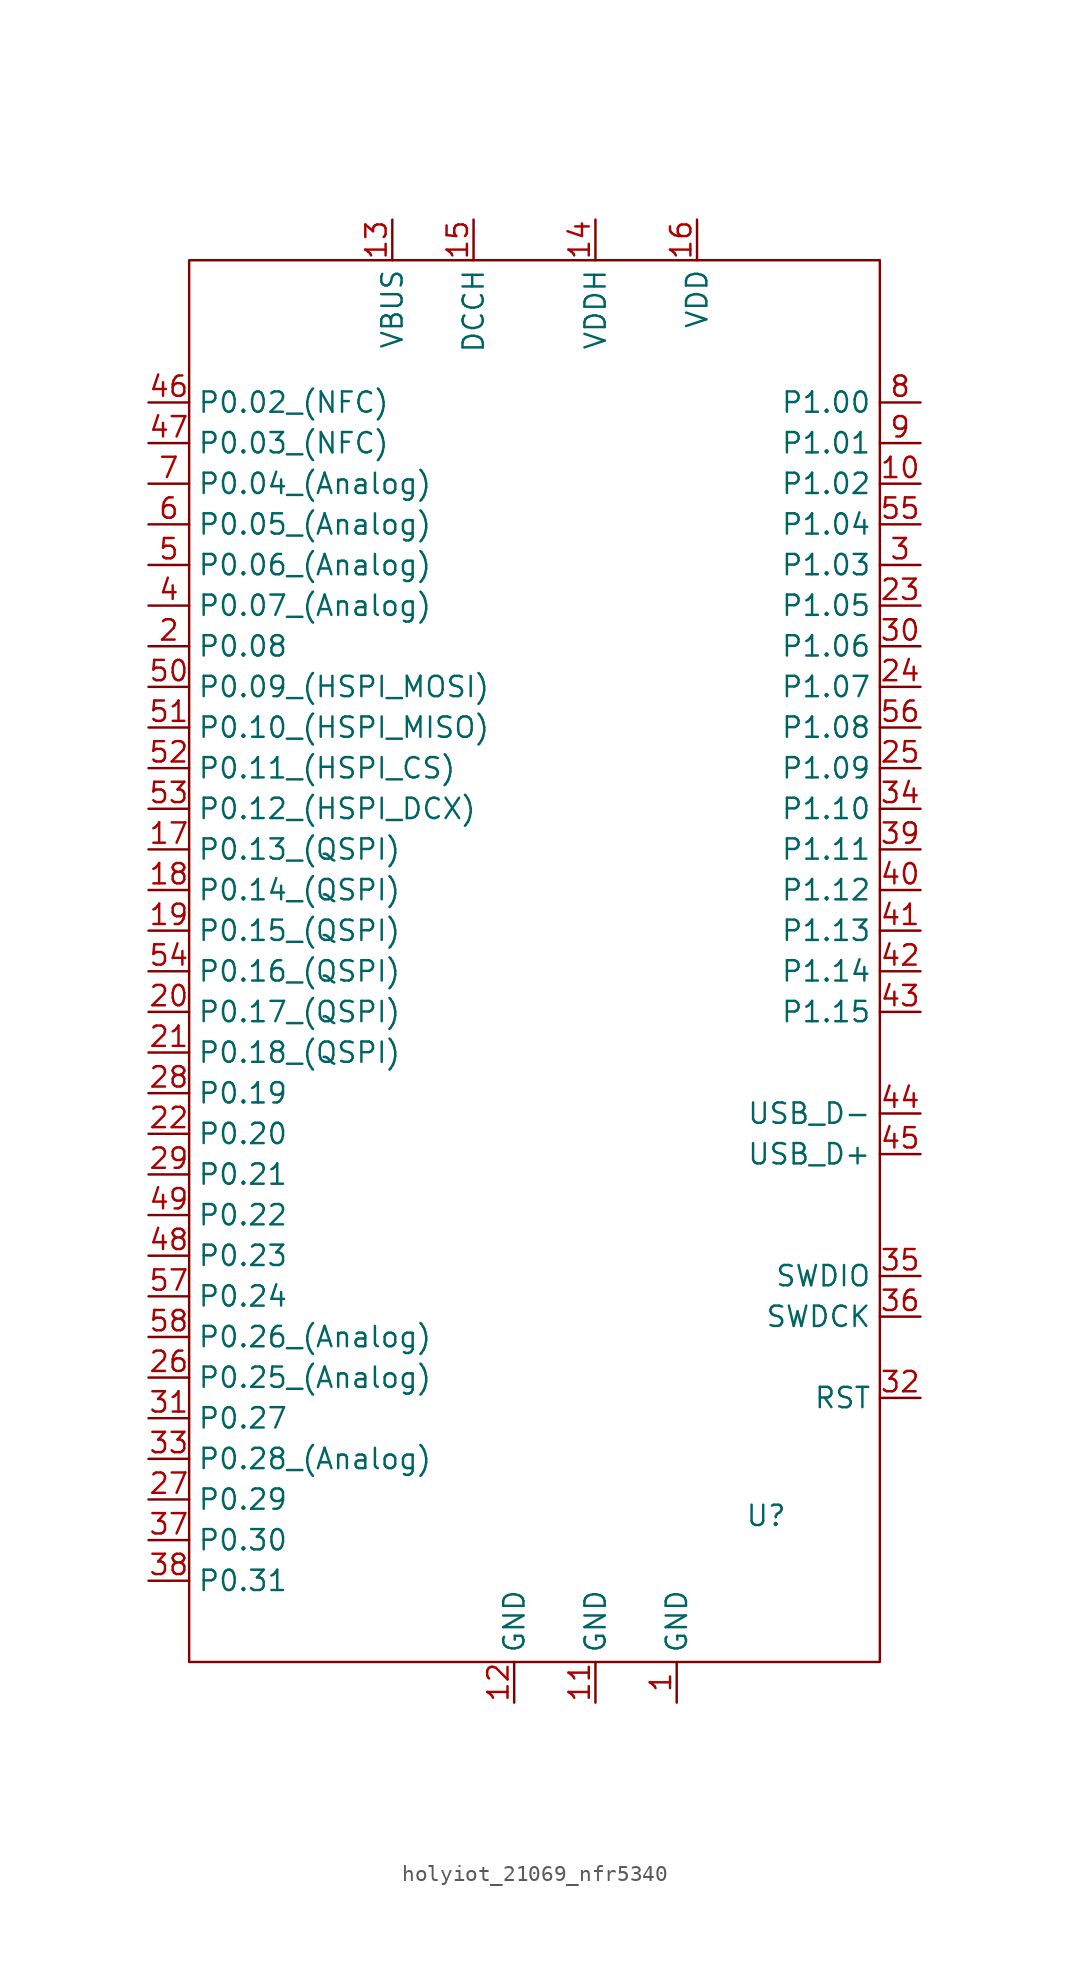
<source format=kicad_sym>
(kicad_symbol_lib
  (version 20241209)
  (generator "kicad_symbol_editor")
  (generator_version "9.0")
  (symbol "holyiot_21069_nfr5340"
    (property "Reference" "U"
      (at 36.068 9.144 0)
      (effects (font (size 1.27 1.27))))
    (property "Value" ""
      (at 0 0 0)
      (effects (font (size 1.27 1.27))))
    (symbol "holyiot_21069_nfr5340_0_1"
      (rectangle (start 0 87.63) (end 43.18 0) (stroke (width 0) (type default)) (fill (type none))))
    (symbol "holyiot_21069_nfr5340_1_1"
      (pin bidirectional line (at -2.54 78.74 0) (length 2.54) (name "P0.02_(NFC)" (effects (font (size 1.27 1.27)))) (number "46" (effects (font (size 1.27 1.27)))))
      (pin bidirectional line (at -2.54 76.2 0) (length 2.54) (name "P0.03_(NFC)" (effects (font (size 1.27 1.27)))) (number "47" (effects (font (size 1.27 1.27)))))
      (pin bidirectional line (at -2.54 73.66 0) (length 2.54) (name "P0.04_(Analog)" (effects (font (size 1.27 1.27)))) (number "7" (effects (font (size 1.27 1.27)))))
      (pin bidirectional line (at -2.54 71.12 0) (length 2.54) (name "P0.05_(Analog)" (effects (font (size 1.27 1.27)))) (number "6" (effects (font (size 1.27 1.27)))))
      (pin bidirectional line (at -2.54 68.58 0) (length 2.54) (name "P0.06_(Analog)" (effects (font (size 1.27 1.27)))) (number "5" (effects (font (size 1.27 1.27)))))
      (pin bidirectional line (at -2.54 66.04 0) (length 2.54) (name "P0.07_(Analog)" (effects (font (size 1.27 1.27)))) (number "4" (effects (font (size 1.27 1.27)))))
      (pin bidirectional line (at -2.54 63.5 0) (length 2.54) (name "P0.08" (effects (font (size 1.27 1.27)))) (number "2" (effects (font (size 1.27 1.27)))))
      (pin bidirectional line (at -2.54 60.96 0) (length 2.54) (name "P0.09_(HSPI_MOSI)" (effects (font (size 1.27 1.27)))) (number "50" (effects (font (size 1.27 1.27)))))
      (pin bidirectional line (at -2.54 58.42 0) (length 2.54) (name "P0.10_(HSPI_MISO)" (effects (font (size 1.27 1.27)))) (number "51" (effects (font (size 1.27 1.27)))))
      (pin bidirectional line (at -2.54 55.88 0) (length 2.54) (name "P0.11_(HSPI_CS)" (effects (font (size 1.27 1.27)))) (number "52" (effects (font (size 1.27 1.27)))))
      (pin bidirectional line (at -2.54 53.34 0) (length 2.54) (name "P0.12_(HSPI_DCX)" (effects (font (size 1.27 1.27)))) (number "53" (effects (font (size 1.27 1.27)))))
      (pin bidirectional line (at -2.54 50.8 0) (length 2.54) (name "P0.13_(QSPI)" (effects (font (size 1.27 1.27)))) (number "17" (effects (font (size 1.27 1.27)))))
      (pin bidirectional line (at -2.54 48.26 0) (length 2.54) (name "P0.14_(QSPI)" (effects (font (size 1.27 1.27)))) (number "18" (effects (font (size 1.27 1.27)))))
      (pin bidirectional line (at -2.54 45.72 0) (length 2.54) (name "P0.15_(QSPI)" (effects (font (size 1.27 1.27)))) (number "19" (effects (font (size 1.27 1.27)))))
      (pin bidirectional line (at -2.54 43.18 0) (length 2.54) (name "P0.16_(QSPI)" (effects (font (size 1.27 1.27)))) (number "54" (effects (font (size 1.27 1.27)))))
      (pin bidirectional line (at -2.54 40.64 0) (length 2.54) (name "P0.17_(QSPI)" (effects (font (size 1.27 1.27)))) (number "20" (effects (font (size 1.27 1.27)))))
      (pin bidirectional line (at -2.54 38.1 0) (length 2.54) (name "P0.18_(QSPI)" (effects (font (size 1.27 1.27)))) (number "21" (effects (font (size 1.27 1.27)))))
      (pin bidirectional line (at -2.54 35.56 0) (length 2.54) (name "P0.19" (effects (font (size 1.27 1.27)))) (number "28" (effects (font (size 1.27 1.27)))))
      (pin bidirectional line (at -2.54 33.02 0) (length 2.54) (name "P0.20" (effects (font (size 1.27 1.27)))) (number "22" (effects (font (size 1.27 1.27)))))
      (pin bidirectional line (at -2.54 30.48 0) (length 2.54) (name "P0.21" (effects (font (size 1.27 1.27)))) (number "29" (effects (font (size 1.27 1.27)))))
      (pin bidirectional line (at -2.54 27.94 0) (length 2.54) (name "P0.22" (effects (font (size 1.27 1.27)))) (number "49" (effects (font (size 1.27 1.27)))))
      (pin bidirectional line (at -2.54 25.4 0) (length 2.54) (name "P0.23" (effects (font (size 1.27 1.27)))) (number "48" (effects (font (size 1.27 1.27)))))
      (pin bidirectional line (at -2.54 22.86 0) (length 2.54) (name "P0.24" (effects (font (size 1.27 1.27)))) (number "57" (effects (font (size 1.27 1.27)))))
      (pin bidirectional line (at -2.54 20.32 0) (length 2.54) (name "P0.26_(Analog)" (effects (font (size 1.27 1.27)))) (number "58" (effects (font (size 1.27 1.27)))))
      (pin bidirectional line (at -2.54 17.78 0) (length 2.54) (name "P0.25_(Analog)" (effects (font (size 1.27 1.27)))) (number "26" (effects (font (size 1.27 1.27)))))
      (pin bidirectional line (at -2.54 15.24 0) (length 2.54) (name "P0.27" (effects (font (size 1.27 1.27)))) (number "31" (effects (font (size 1.27 1.27)))))
      (pin bidirectional line (at -2.54 12.7 0) (length 2.54) (name "P0.28_(Analog)" (effects (font (size 1.27 1.27)))) (number "33" (effects (font (size 1.27 1.27)))))
      (pin bidirectional line (at -2.54 10.16 0) (length 2.54) (name "P0.29" (effects (font (size 1.27 1.27)))) (number "27" (effects (font (size 1.27 1.27)))))
      (pin bidirectional line (at -2.54 7.62 0) (length 2.54) (name "P0.30" (effects (font (size 1.27 1.27)))) (number "37" (effects (font (size 1.27 1.27)))))
      (pin bidirectional line (at -2.54 5.08 0) (length 2.54) (name "P0.31" (effects (font (size 1.27 1.27)))) (number "38" (effects (font (size 1.27 1.27)))))
      (pin power_in line (at 12.7 90.17 270) (length 2.54) (name "VBUS" (effects (font (size 1.27 1.27)))) (number "13" (effects (font (size 1.27 1.27)))))
      (pin power_in line (at 17.78 90.17 270) (length 2.54) (name "DCCH" (effects (font (size 1.27 1.27)))) (number "15" (effects (font (size 1.27 1.27)))))
      (pin power_in line (at 20.32 -2.54 90) (length 2.54) (name "GND" (effects (font (size 1.27 1.27)))) (number "12" (effects (font (size 1.27 1.27)))))
      (pin power_in line (at 25.4 90.17 270) (length 2.54) (name "VDDH" (effects (font (size 1.27 1.27)))) (number "14" (effects (font (size 1.27 1.27)))))
      (pin power_in line (at 25.4 -2.54 90) (length 2.54) (name "GND" (effects (font (size 1.27 1.27)))) (number "11" (effects (font (size 1.27 1.27)))))
      (pin power_in line (at 30.48 -2.54 90) (length 2.54) (name "GND" (effects (font (size 1.27 1.27)))) (number "1" (effects (font (size 1.27 1.27)))))
      (pin power_in line (at 31.75 90.17 270) (length 2.54) (name "VDD" (effects (font (size 1.27 1.27)))) (number "16" (effects (font (size 1.27 1.27)))))
      (pin bidirectional line (at 45.72 78.74 180) (length 2.54) (name "P1.00" (effects (font (size 1.27 1.27)))) (number "8" (effects (font (size 1.27 1.27)))))
      (pin bidirectional line (at 45.72 76.2 180) (length 2.54) (name "P1.01" (effects (font (size 1.27 1.27)))) (number "9" (effects (font (size 1.27 1.27)))))
      (pin bidirectional line (at 45.72 73.66 180) (length 2.54) (name "P1.02" (effects (font (size 1.27 1.27)))) (number "10" (effects (font (size 1.27 1.27)))))
      (pin bidirectional line (at 45.72 71.12 180) (length 2.54) (name "P1.04" (effects (font (size 1.27 1.27)))) (number "55" (effects (font (size 1.27 1.27)))))
      (pin bidirectional line (at 45.72 68.58 180) (length 2.54) (name "P1.03" (effects (font (size 1.27 1.27)))) (number "3" (effects (font (size 1.27 1.27)))))
      (pin bidirectional line (at 45.72 66.04 180) (length 2.54) (name "P1.05" (effects (font (size 1.27 1.27)))) (number "23" (effects (font (size 1.27 1.27)))))
      (pin bidirectional line (at 45.72 63.5 180) (length 2.54) (name "P1.06" (effects (font (size 1.27 1.27)))) (number "30" (effects (font (size 1.27 1.27)))))
      (pin bidirectional line (at 45.72 60.96 180) (length 2.54) (name "P1.07" (effects (font (size 1.27 1.27)))) (number "24" (effects (font (size 1.27 1.27)))))
      (pin bidirectional line (at 45.72 58.42 180) (length 2.54) (name "P1.08" (effects (font (size 1.27 1.27)))) (number "56" (effects (font (size 1.27 1.27)))))
      (pin bidirectional line (at 45.72 55.88 180) (length 2.54) (name "P1.09" (effects (font (size 1.27 1.27)))) (number "25" (effects (font (size 1.27 1.27)))))
      (pin bidirectional line (at 45.72 53.34 180) (length 2.54) (name "P1.10" (effects (font (size 1.27 1.27)))) (number "34" (effects (font (size 1.27 1.27)))))
      (pin bidirectional line (at 45.72 50.8 180) (length 2.54) (name "P1.11" (effects (font (size 1.27 1.27)))) (number "39" (effects (font (size 1.27 1.27)))))
      (pin bidirectional line (at 45.72 48.26 180) (length 2.54) (name "P1.12" (effects (font (size 1.27 1.27)))) (number "40" (effects (font (size 1.27 1.27)))))
      (pin bidirectional line (at 45.72 45.72 180) (length 2.54) (name "P1.13" (effects (font (size 1.27 1.27)))) (number "41" (effects (font (size 1.27 1.27)))))
      (pin bidirectional line (at 45.72 43.18 180) (length 2.54) (name "P1.14" (effects (font (size 1.27 1.27)))) (number "42" (effects (font (size 1.27 1.27)))))
      (pin bidirectional line (at 45.72 40.64 180) (length 2.54) (name "P1.15" (effects (font (size 1.27 1.27)))) (number "43" (effects (font (size 1.27 1.27)))))
      (pin bidirectional line (at 45.72 34.29 180) (length 2.54) (name "USB_D-" (effects (font (size 1.27 1.27)))) (number "44" (effects (font (size 1.27 1.27)))))
      (pin bidirectional line (at 45.72 31.75 180) (length 2.54) (name "USB_D+" (effects (font (size 1.27 1.27)))) (number "45" (effects (font (size 1.27 1.27)))))
      (pin bidirectional line (at 45.72 24.13 180) (length 2.54) (name "SWDIO" (effects (font (size 1.27 1.27)))) (number "35" (effects (font (size 1.27 1.27)))))
      (pin bidirectional line (at 45.72 21.59 180) (length 2.54) (name "SWDCK" (effects (font (size 1.27 1.27)))) (number "36" (effects (font (size 1.27 1.27)))))
      (pin input line (at 45.72 16.51 180) (length 2.54) (name "RST" (effects (font (size 1.27 1.27)))) (number "32" (effects (font (size 1.27 1.27))))))))
</source>
